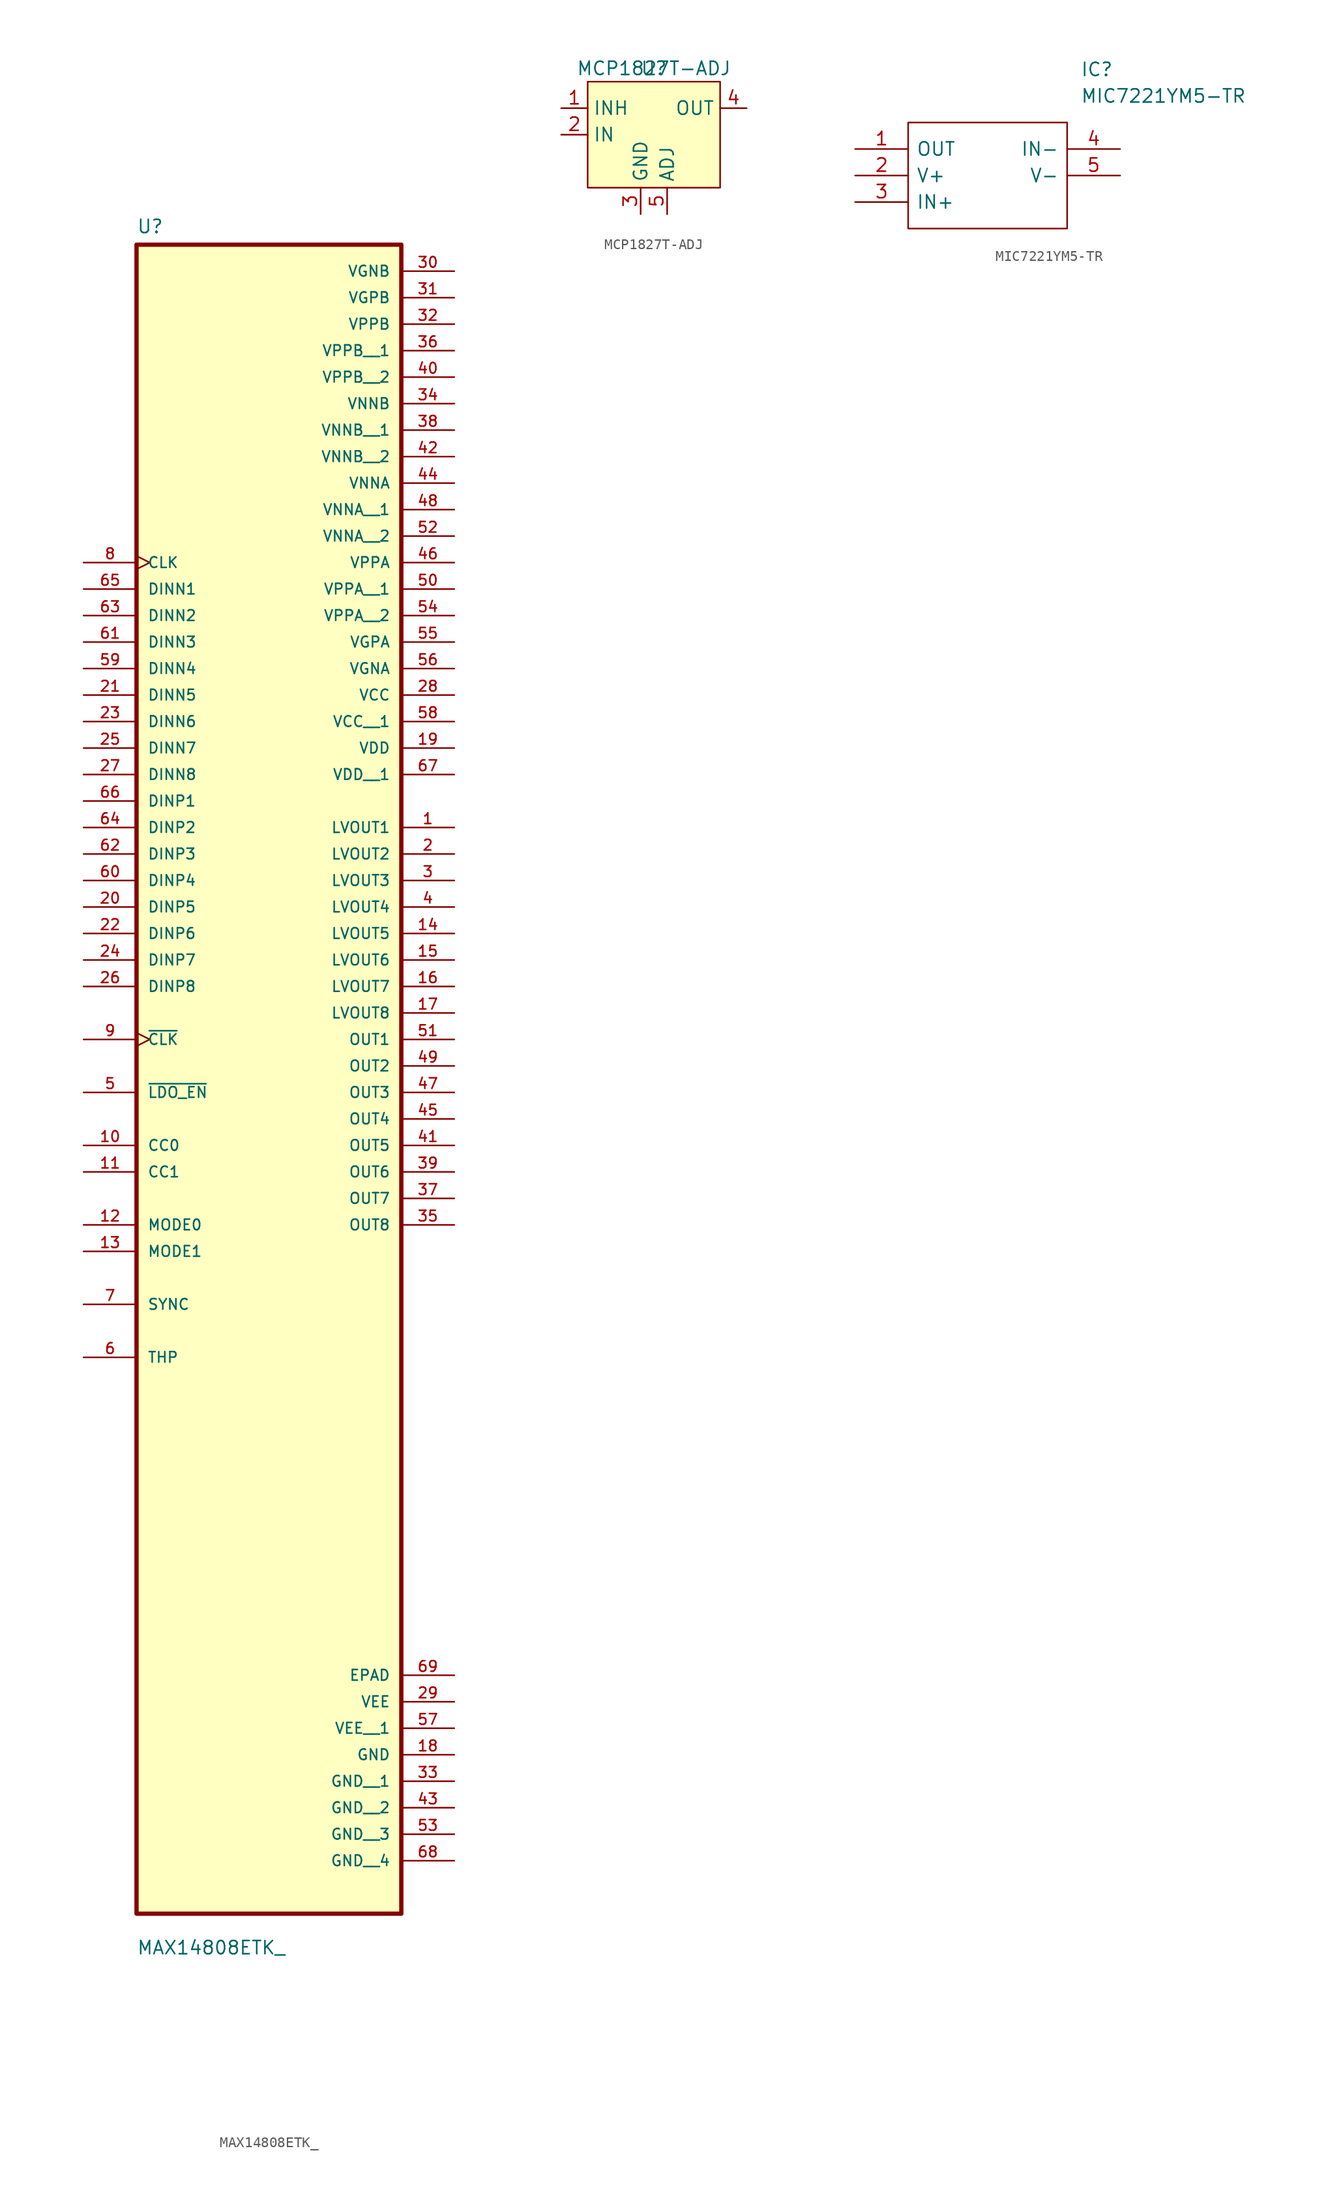
<source format=kicad_sym>
(kicad_symbol_lib
  (version 20220914)
  (generator kicad_symbol_editor)
  (symbol "MAX14808ETK_"
    (pin_names
      (offset 1.016))
    (property "Reference" "U"
      (at -12.7 61.96 0)
      (effects (font (size 1.27 1.27)) (justify left bottom)))
    (property "Value" "MAX14808ETK_"
      (at -12.7 -103.06 0)
      (effects (font (size 1.27 1.27)) (justify left bottom)))
    (symbol "MAX14808ETK__0_0"
      (rectangle (start -12.7 -99.06) (end 12.7 60.96) (stroke (width 0.41) (type default)) (fill (type background)))
      (pin output line (at 17.78 5.08 180) (length 5.08) (name "LVOUT1" (effects (font (size 1.016 1.016)))) (number "1" (effects (font (size 1.016 1.016)))))
      (pin bidirectional line (at -17.78 -25.4 0) (length 5.08) (name "CC0" (effects (font (size 1.016 1.016)))) (number "10" (effects (font (size 1.016 1.016)))))
      (pin bidirectional line (at -17.78 -27.94 0) (length 5.08) (name "CC1" (effects (font (size 1.016 1.016)))) (number "11" (effects (font (size 1.016 1.016)))))
      (pin bidirectional line (at -17.78 -33.02 0) (length 5.08) (name "MODE0" (effects (font (size 1.016 1.016)))) (number "12" (effects (font (size 1.016 1.016)))))
      (pin bidirectional line (at -17.78 -35.56 0) (length 5.08) (name "MODE1" (effects (font (size 1.016 1.016)))) (number "13" (effects (font (size 1.016 1.016)))))
      (pin output line (at 17.78 -5.08 180) (length 5.08) (name "LVOUT5" (effects (font (size 1.016 1.016)))) (number "14" (effects (font (size 1.016 1.016)))))
      (pin output line (at 17.78 -7.62 180) (length 5.08) (name "LVOUT6" (effects (font (size 1.016 1.016)))) (number "15" (effects (font (size 1.016 1.016)))))
      (pin output line (at 17.78 -10.16 180) (length 5.08) (name "LVOUT7" (effects (font (size 1.016 1.016)))) (number "16" (effects (font (size 1.016 1.016)))))
      (pin output line (at 17.78 -12.7 180) (length 5.08) (name "LVOUT8" (effects (font (size 1.016 1.016)))) (number "17" (effects (font (size 1.016 1.016)))))
      (pin power_in line (at 17.78 -83.82 180) (length 5.08) (name "GND" (effects (font (size 1.016 1.016)))) (number "18" (effects (font (size 1.016 1.016)))))
      (pin power_in line (at 17.78 12.7 180) (length 5.08) (name "VDD" (effects (font (size 1.016 1.016)))) (number "19" (effects (font (size 1.016 1.016)))))
      (pin output line (at 17.78 2.54 180) (length 5.08) (name "LVOUT2" (effects (font (size 1.016 1.016)))) (number "2" (effects (font (size 1.016 1.016)))))
      (pin input line (at -17.78 -2.54 0) (length 5.08) (name "DINP5" (effects (font (size 1.016 1.016)))) (number "20" (effects (font (size 1.016 1.016)))))
      (pin input line (at -17.78 17.78 0) (length 5.08) (name "DINN5" (effects (font (size 1.016 1.016)))) (number "21" (effects (font (size 1.016 1.016)))))
      (pin input line (at -17.78 -5.08 0) (length 5.08) (name "DINP6" (effects (font (size 1.016 1.016)))) (number "22" (effects (font (size 1.016 1.016)))))
      (pin input line (at -17.78 15.24 0) (length 5.08) (name "DINN6" (effects (font (size 1.016 1.016)))) (number "23" (effects (font (size 1.016 1.016)))))
      (pin input line (at -17.78 -7.62 0) (length 5.08) (name "DINP7" (effects (font (size 1.016 1.016)))) (number "24" (effects (font (size 1.016 1.016)))))
      (pin input line (at -17.78 12.7 0) (length 5.08) (name "DINN7" (effects (font (size 1.016 1.016)))) (number "25" (effects (font (size 1.016 1.016)))))
      (pin input line (at -17.78 -10.16 0) (length 5.08) (name "DINP8" (effects (font (size 1.016 1.016)))) (number "26" (effects (font (size 1.016 1.016)))))
      (pin input line (at -17.78 10.16 0) (length 5.08) (name "DINN8" (effects (font (size 1.016 1.016)))) (number "27" (effects (font (size 1.016 1.016)))))
      (pin power_in line (at 17.78 17.78 180) (length 5.08) (name "VCC" (effects (font (size 1.016 1.016)))) (number "28" (effects (font (size 1.016 1.016)))))
      (pin power_in line (at 17.78 -78.74 180) (length 5.08) (name "VEE" (effects (font (size 1.016 1.016)))) (number "29" (effects (font (size 1.016 1.016)))))
      (pin output line (at 17.78 0 180) (length 5.08) (name "LVOUT3" (effects (font (size 1.016 1.016)))) (number "3" (effects (font (size 1.016 1.016)))))
      (pin power_in line (at 17.78 58.42 180) (length 5.08) (name "VGNB" (effects (font (size 1.016 1.016)))) (number "30" (effects (font (size 1.016 1.016)))))
      (pin power_in line (at 17.78 55.88 180) (length 5.08) (name "VGPB" (effects (font (size 1.016 1.016)))) (number "31" (effects (font (size 1.016 1.016)))))
      (pin power_in line (at 17.78 53.34 180) (length 5.08) (name "VPPB" (effects (font (size 1.016 1.016)))) (number "32" (effects (font (size 1.016 1.016)))))
      (pin power_in line (at 17.78 -86.36 180) (length 5.08) (name "GND__1" (effects (font (size 1.016 1.016)))) (number "33" (effects (font (size 1.016 1.016)))))
      (pin power_in line (at 17.78 45.72 180) (length 5.08) (name "VNNB" (effects (font (size 1.016 1.016)))) (number "34" (effects (font (size 1.016 1.016)))))
      (pin output line (at 17.78 -33.02 180) (length 5.08) (name "OUT8" (effects (font (size 1.016 1.016)))) (number "35" (effects (font (size 1.016 1.016)))))
      (pin power_in line (at 17.78 50.8 180) (length 5.08) (name "VPPB__1" (effects (font (size 1.016 1.016)))) (number "36" (effects (font (size 1.016 1.016)))))
      (pin output line (at 17.78 -30.48 180) (length 5.08) (name "OUT7" (effects (font (size 1.016 1.016)))) (number "37" (effects (font (size 1.016 1.016)))))
      (pin power_in line (at 17.78 43.18 180) (length 5.08) (name "VNNB__1" (effects (font (size 1.016 1.016)))) (number "38" (effects (font (size 1.016 1.016)))))
      (pin output line (at 17.78 -27.94 180) (length 5.08) (name "OUT6" (effects (font (size 1.016 1.016)))) (number "39" (effects (font (size 1.016 1.016)))))
      (pin output line (at 17.78 -2.54 180) (length 5.08) (name "LVOUT4" (effects (font (size 1.016 1.016)))) (number "4" (effects (font (size 1.016 1.016)))))
      (pin power_in line (at 17.78 48.26 180) (length 5.08) (name "VPPB__2" (effects (font (size 1.016 1.016)))) (number "40" (effects (font (size 1.016 1.016)))))
      (pin output line (at 17.78 -25.4 180) (length 5.08) (name "OUT5" (effects (font (size 1.016 1.016)))) (number "41" (effects (font (size 1.016 1.016)))))
      (pin power_in line (at 17.78 40.64 180) (length 5.08) (name "VNNB__2" (effects (font (size 1.016 1.016)))) (number "42" (effects (font (size 1.016 1.016)))))
      (pin power_in line (at 17.78 -88.9 180) (length 5.08) (name "GND__2" (effects (font (size 1.016 1.016)))) (number "43" (effects (font (size 1.016 1.016)))))
      (pin power_in line (at 17.78 38.1 180) (length 5.08) (name "VNNA" (effects (font (size 1.016 1.016)))) (number "44" (effects (font (size 1.016 1.016)))))
      (pin output line (at 17.78 -22.86 180) (length 5.08) (name "OUT4" (effects (font (size 1.016 1.016)))) (number "45" (effects (font (size 1.016 1.016)))))
      (pin power_in line (at 17.78 30.48 180) (length 5.08) (name "VPPA" (effects (font (size 1.016 1.016)))) (number "46" (effects (font (size 1.016 1.016)))))
      (pin output line (at 17.78 -20.32 180) (length 5.08) (name "OUT3" (effects (font (size 1.016 1.016)))) (number "47" (effects (font (size 1.016 1.016)))))
      (pin power_in line (at 17.78 35.56 180) (length 5.08) (name "VNNA__1" (effects (font (size 1.016 1.016)))) (number "48" (effects (font (size 1.016 1.016)))))
      (pin output line (at 17.78 -17.78 180) (length 5.08) (name "OUT2" (effects (font (size 1.016 1.016)))) (number "49" (effects (font (size 1.016 1.016)))))
      (pin bidirectional line (at -17.78 -20.32 0) (length 5.08) (name "~{LDO_EN}" (effects (font (size 1.016 1.016)))) (number "5" (effects (font (size 1.016 1.016)))))
      (pin power_in line (at 17.78 27.94 180) (length 5.08) (name "VPPA__1" (effects (font (size 1.016 1.016)))) (number "50" (effects (font (size 1.016 1.016)))))
      (pin output line (at 17.78 -15.24 180) (length 5.08) (name "OUT1" (effects (font (size 1.016 1.016)))) (number "51" (effects (font (size 1.016 1.016)))))
      (pin power_in line (at 17.78 33.02 180) (length 5.08) (name "VNNA__2" (effects (font (size 1.016 1.016)))) (number "52" (effects (font (size 1.016 1.016)))))
      (pin power_in line (at 17.78 -91.44 180) (length 5.08) (name "GND__3" (effects (font (size 1.016 1.016)))) (number "53" (effects (font (size 1.016 1.016)))))
      (pin power_in line (at 17.78 25.4 180) (length 5.08) (name "VPPA__2" (effects (font (size 1.016 1.016)))) (number "54" (effects (font (size 1.016 1.016)))))
      (pin power_in line (at 17.78 22.86 180) (length 5.08) (name "VGPA" (effects (font (size 1.016 1.016)))) (number "55" (effects (font (size 1.016 1.016)))))
      (pin power_in line (at 17.78 20.32 180) (length 5.08) (name "VGNA" (effects (font (size 1.016 1.016)))) (number "56" (effects (font (size 1.016 1.016)))))
      (pin power_in line (at 17.78 -81.28 180) (length 5.08) (name "VEE__1" (effects (font (size 1.016 1.016)))) (number "57" (effects (font (size 1.016 1.016)))))
      (pin power_in line (at 17.78 15.24 180) (length 5.08) (name "VCC__1" (effects (font (size 1.016 1.016)))) (number "58" (effects (font (size 1.016 1.016)))))
      (pin input line (at -17.78 20.32 0) (length 5.08) (name "DINN4" (effects (font (size 1.016 1.016)))) (number "59" (effects (font (size 1.016 1.016)))))
      (pin bidirectional line (at -17.78 -45.72 0) (length 5.08) (name "THP" (effects (font (size 1.016 1.016)))) (number "6" (effects (font (size 1.016 1.016)))))
      (pin input line (at -17.78 0 0) (length 5.08) (name "DINP4" (effects (font (size 1.016 1.016)))) (number "60" (effects (font (size 1.016 1.016)))))
      (pin input line (at -17.78 22.86 0) (length 5.08) (name "DINN3" (effects (font (size 1.016 1.016)))) (number "61" (effects (font (size 1.016 1.016)))))
      (pin input line (at -17.78 2.54 0) (length 5.08) (name "DINP3" (effects (font (size 1.016 1.016)))) (number "62" (effects (font (size 1.016 1.016)))))
      (pin input line (at -17.78 25.4 0) (length 5.08) (name "DINN2" (effects (font (size 1.016 1.016)))) (number "63" (effects (font (size 1.016 1.016)))))
      (pin input line (at -17.78 5.08 0) (length 5.08) (name "DINP2" (effects (font (size 1.016 1.016)))) (number "64" (effects (font (size 1.016 1.016)))))
      (pin input line (at -17.78 27.94 0) (length 5.08) (name "DINN1" (effects (font (size 1.016 1.016)))) (number "65" (effects (font (size 1.016 1.016)))))
      (pin input line (at -17.78 7.62 0) (length 5.08) (name "DINP1" (effects (font (size 1.016 1.016)))) (number "66" (effects (font (size 1.016 1.016)))))
      (pin power_in line (at 17.78 10.16 180) (length 5.08) (name "VDD__1" (effects (font (size 1.016 1.016)))) (number "67" (effects (font (size 1.016 1.016)))))
      (pin power_in line (at 17.78 -93.98 180) (length 5.08) (name "GND__4" (effects (font (size 1.016 1.016)))) (number "68" (effects (font (size 1.016 1.016)))))
      (pin power_in line (at 17.78 -76.2 180) (length 5.08) (name "EPAD" (effects (font (size 1.016 1.016)))) (number "69" (effects (font (size 1.016 1.016)))))
      (pin bidirectional line (at -17.78 -40.64 0) (length 5.08) (name "SYNC" (effects (font (size 1.016 1.016)))) (number "7" (effects (font (size 1.016 1.016)))))
      (pin input clock (at -17.78 30.48 0) (length 5.08) (name "CLK" (effects (font (size 1.016 1.016)))) (number "8" (effects (font (size 1.016 1.016)))))
      (pin bidirectional clock (at -17.78 -15.24 0) (length 5.08) (name "~{CLK}" (effects (font (size 1.016 1.016)))) (number "9" (effects (font (size 1.016 1.016)))))))
  (symbol "MCP1827T-ADJ"
    (property "Reference" "U"
      (at 0 0 0)
      (effects (font (size 1.27 1.27))))
    (property "Value" "MCP1827T-ADJ"
      (at 0 0 0)
      (effects (font (size 1.27 1.27))))
    (symbol "MCP1827T-ADJ_1_1"
      (rectangle (start -6.35 -1.27) (end 6.35 -11.43) (stroke (width 0) (type default)) (fill (type background)))
      (pin input line (at -8.89 -3.81 0) (length 2.54) (name "INH" (effects (font (size 1.27 1.27)))) (number "1" (effects (font (size 1.27 1.27)))))
      (pin power_in line (at -8.89 -6.35 0) (length 2.54) (name "IN" (effects (font (size 1.27 1.27)))) (number "2" (effects (font (size 1.27 1.27)))))
      (pin power_in line (at -1.27 -13.97 90) (length 2.54) (name "GND" (effects (font (size 1.27 1.27)))) (number "3" (effects (font (size 1.27 1.27)))))
      (pin power_out line (at 8.89 -3.81 180) (length 2.54) (name "OUT" (effects (font (size 1.27 1.27)))) (number "4" (effects (font (size 1.27 1.27)))))
      (pin passive line (at 1.27 -13.97 90) (length 2.54) (name "ADJ" (effects (font (size 1.27 1.27)))) (number "5" (effects (font (size 1.27 1.27)))))
      (pin passive line (at -1.27 -13.97 0) (length 0) hide (name "GND" (effects (font (size 1.27 1.27)))) (number "6" (effects (font (size 1.27 1.27)))))))
  (symbol "MIC7221YM5-TR"
    (pin_names
      (offset 0.762))
    (property "Reference" "IC"
      (at 21.59 7.62 0)
      (effects (font (size 1.27 1.27)) (justify left)))
    (property "Value" "MIC7221YM5-TR"
      (at 21.59 5.08 0)
      (effects (font (size 1.27 1.27)) (justify left)))
    (symbol "MIC7221YM5-TR_0_0"
      (pin passive line (at 0 0 0) (length 5.08) (name "OUT" (effects (font (size 1.27 1.27)))) (number "1" (effects (font (size 1.27 1.27)))))
      (pin passive line (at 0 -2.54 0) (length 5.08) (name "V+" (effects (font (size 1.27 1.27)))) (number "2" (effects (font (size 1.27 1.27)))))
      (pin passive line (at 0 -5.08 0) (length 5.08) (name "IN+" (effects (font (size 1.27 1.27)))) (number "3" (effects (font (size 1.27 1.27)))))
      (pin passive line (at 25.4 0 180) (length 5.08) (name "IN-" (effects (font (size 1.27 1.27)))) (number "4" (effects (font (size 1.27 1.27)))))
      (pin passive line (at 25.4 -2.54 180) (length 5.08) (name "V-" (effects (font (size 1.27 1.27)))) (number "5" (effects (font (size 1.27 1.27))))))
    (symbol "MIC7221YM5-TR_0_1"
      (polyline (pts (xy 5.08 2.54) (xy 20.32 2.54) (xy 20.32 -7.62) (xy 5.08 -7.62) (xy 5.08 2.54)) (stroke (width 0.152) (type solid)) (fill (type none))))))
</source>
